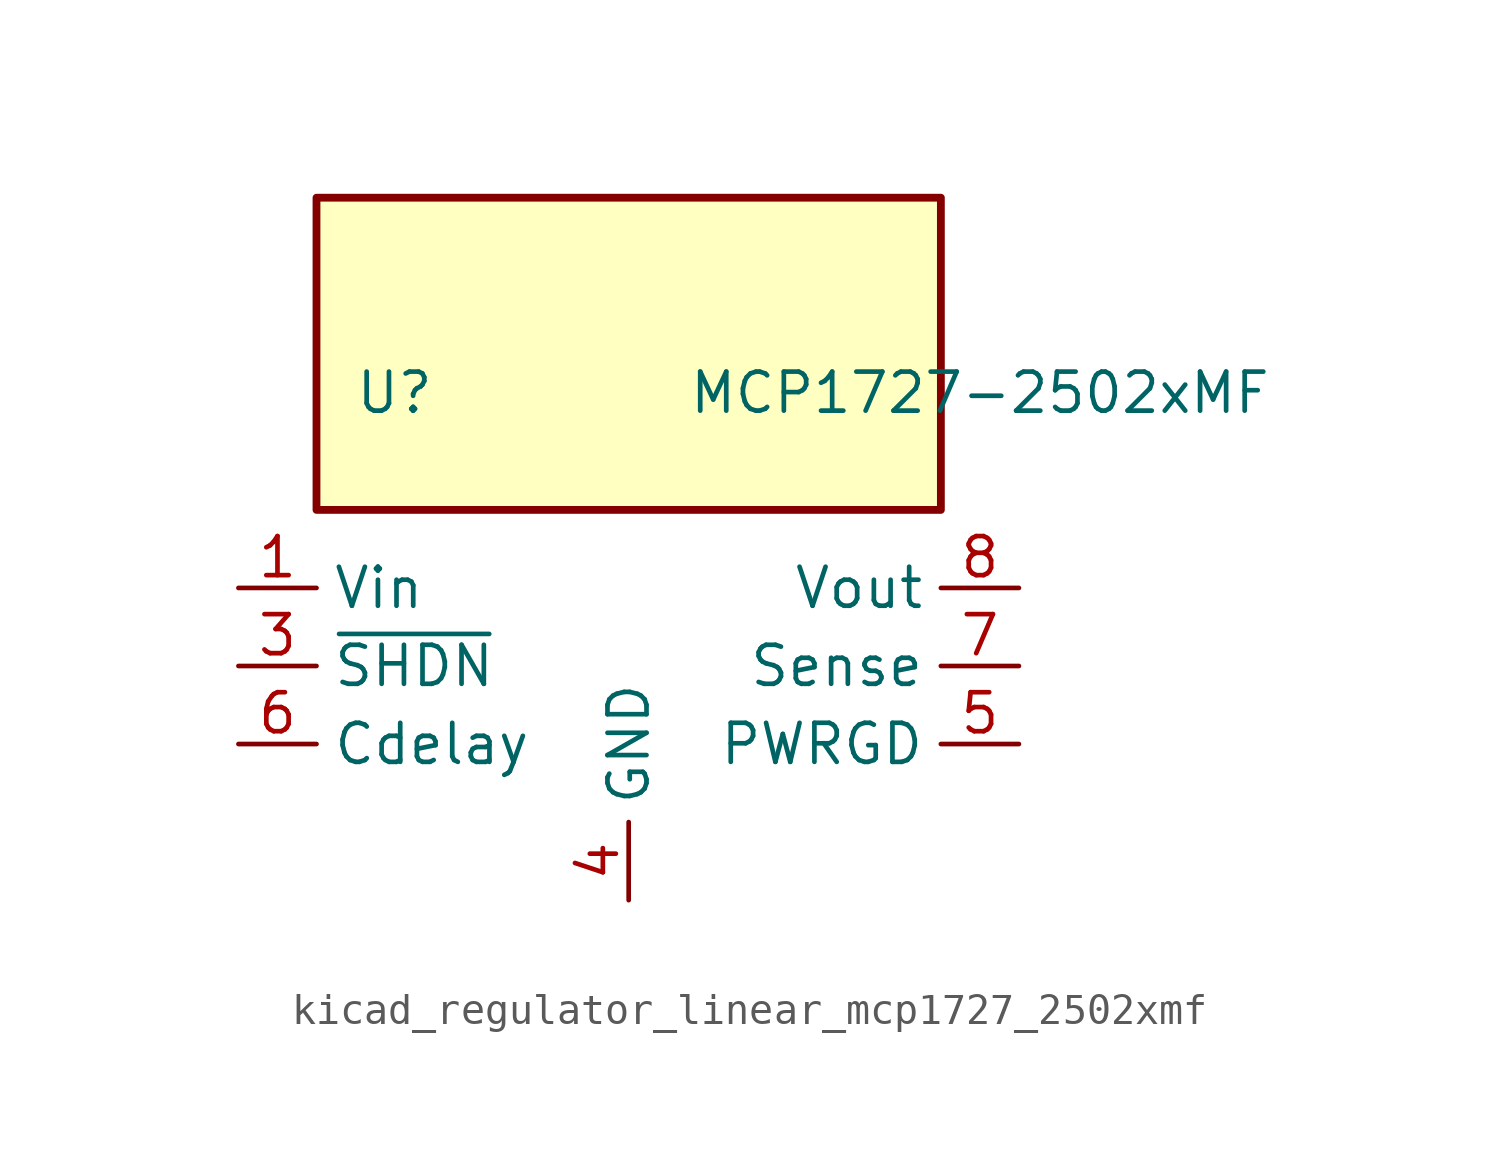
<source format=kicad_sym>
(kicad_symbol_lib
  (version 20220914)
  (generator kicad_symbol_editor)
  (symbol "kicad_regulator_linear_mcp1727_2502xmf"
    (property "Reference" "U"
      (at -7.62 8.89 0)
      (effects (font (size 1.27 1.27))))
    (property "Value" "MCP1727-2502xMF"
      (at 11.43 8.89 0)
      (effects (font (size 1.27 1.27))))
    (symbol "kicad_regulator_linear_mcp1727_2502xmf_0_0"
      (pin open_collector line (at 12.7 -2.54 180) (length 2.54) (name "PWRGD" (effects (font (size 1.27 1.27)))) (number "5" (effects (font (size 1.27 1.27)))))
      (pin input line (at -12.7 -2.54 0) (length 2.54) (name "Cdelay" (effects (font (size 1.27 1.27)))) (number "6" (effects (font (size 1.27 1.27)))))
      (pin input line (at 12.7 0 180) (length 2.54) (name "Sense" (effects (font (size 1.27 1.27)))) (number "7" (effects (font (size 1.27 1.27)))))
      (pin power_out line (at 12.7 2.54 180) (length 2.54) (name "Vout" (effects (font (size 1.27 1.27)))) (number "8" (effects (font (size 1.27 1.27))))))
    (symbol "kicad_regulator_linear_mcp1727_2502xmf_0_1"
      (rectangle (start 10.16 15.24) (end -10.16 5.08) (stroke (width 0.254) (type default)) (fill (type background))))
    (symbol "kicad_regulator_linear_mcp1727_2502xmf_1_1"
      (pin power_in line (at -12.7 2.54 0) (length 2.54) (name "Vin" (effects (font (size 1.27 1.27)))) (number "1" (effects (font (size 1.27 1.27)))))
      (pin passive line (at -12.7 2.54 0) (length 2.54) hide (name "Vin" (effects (font (size 1.27 1.27)))) (number "2" (effects (font (size 1.27 1.27)))))
      (pin input line (at -12.7 0 0) (length 2.54) (name "~{SHDN}" (effects (font (size 1.27 1.27)))) (number "3" (effects (font (size 1.27 1.27)))))
      (pin power_in line (at 0 -7.62 90) (length 2.54) (name "GND" (effects (font (size 1.27 1.27)))) (number "4" (effects (font (size 1.27 1.27)))))
      (pin passive line (at 0 -7.62 90) (length 2.54) hide (name "GND" (effects (font (size 1.27 1.27)))) (number "9" (effects (font (size 1.27 1.27))))))))
</source>
